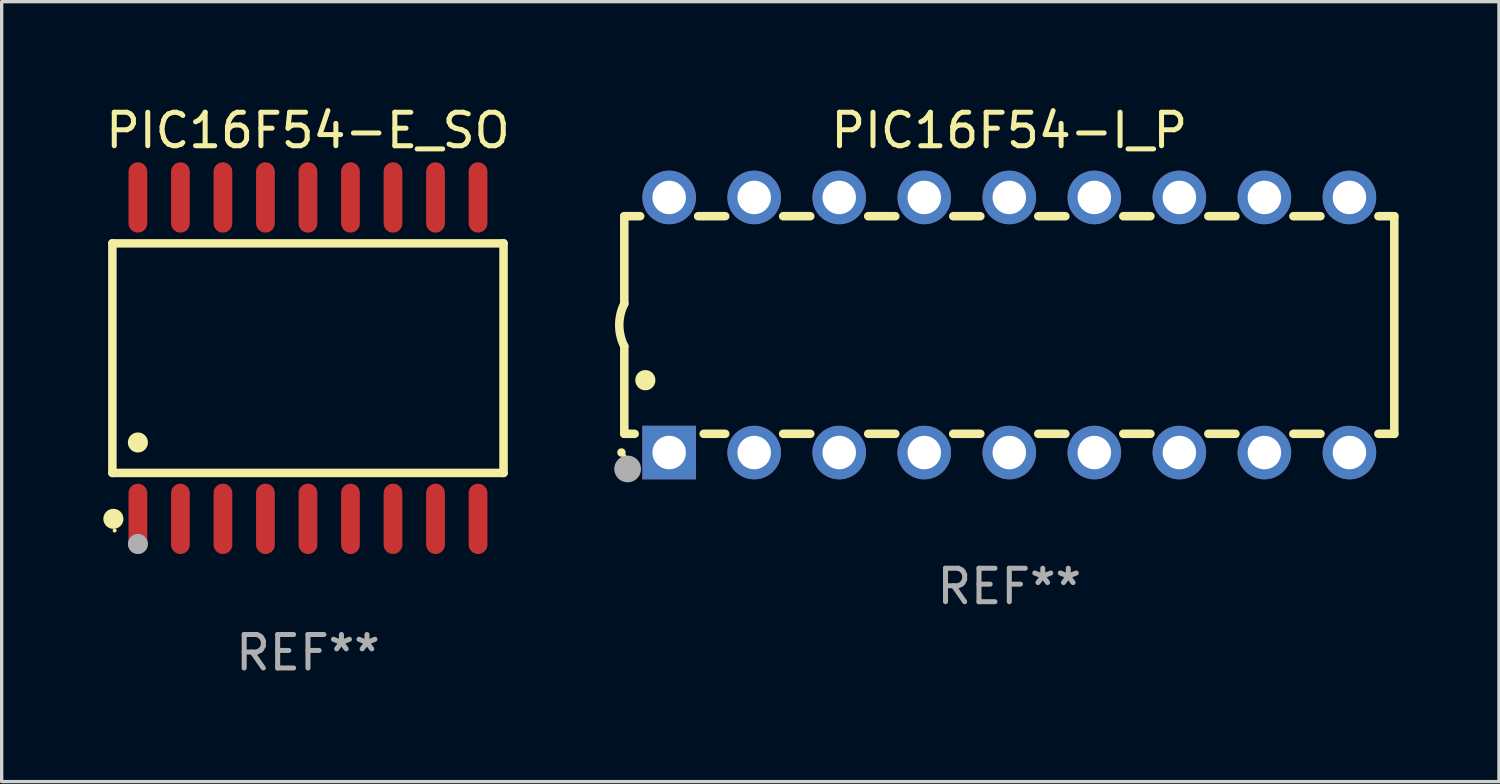
<source format=kicad_pcb>
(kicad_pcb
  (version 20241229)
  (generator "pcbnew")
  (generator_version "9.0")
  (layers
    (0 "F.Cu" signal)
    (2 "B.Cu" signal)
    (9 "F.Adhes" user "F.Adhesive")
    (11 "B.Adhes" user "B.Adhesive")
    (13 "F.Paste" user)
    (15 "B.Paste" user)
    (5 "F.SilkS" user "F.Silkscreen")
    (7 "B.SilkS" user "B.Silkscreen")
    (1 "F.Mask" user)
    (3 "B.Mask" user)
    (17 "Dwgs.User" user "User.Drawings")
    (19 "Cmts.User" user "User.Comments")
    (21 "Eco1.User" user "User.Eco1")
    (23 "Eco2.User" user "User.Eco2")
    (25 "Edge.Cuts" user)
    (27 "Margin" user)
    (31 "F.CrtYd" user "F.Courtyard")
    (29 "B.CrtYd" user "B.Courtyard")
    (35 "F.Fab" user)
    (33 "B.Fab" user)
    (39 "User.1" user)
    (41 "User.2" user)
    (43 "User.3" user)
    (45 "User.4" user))
  (footprint "PIC16F54-E_SO"
    (layer "F.Cu")
    (at 6.149 7.648)
    (property "Reference" "PIC16F54-E_SO" (at 0 -6.8 0) (layer "F.SilkS") (effects (font (size 1 1) (thickness 0.15))))
    (attr through_hole)
    (fp_line (start -5.842 -3.429) (end -5.842 3.429) (stroke (width 0.254) (type solid)) (layer "F.SilkS"))
    (fp_line (start -5.842 3.429) (end 5.842 3.429) (stroke (width 0.254) (type solid)) (layer "F.SilkS"))
    (fp_line (start 5.842 -3.429) (end -5.842 -3.429) (stroke (width 0.254) (type solid)) (layer "F.SilkS"))
    (fp_line (start 5.842 3.429) (end 5.842 -3.429) (stroke (width 0.254) (type solid)) (layer "F.SilkS"))
    (fp_circle (center -5.812 4.8) (end -5.662 4.8) (stroke (width 0.3) (type solid)) (fill no) (layer "F.SilkS"))
    (fp_circle (center -5.775 5.15) (end -5.745 5.15) (stroke (width 0.06) (type solid)) (fill no) (layer "F.SilkS"))
    (fp_circle (center -5.08 2.519) (end -4.93 2.519) (stroke (width 0.3) (type solid)) (fill no) (layer "F.SilkS"))
    (fp_circle (center -5.08 5.55) (end -4.93 5.55) (stroke (width 0.3) (type solid)) (fill no) (layer "F.Fab"))
    (fp_text user "REF**" (at 0 8.8 0) (layer "F.Fab") (effects (font (size 1 1) (thickness 0.15))))
    (pad "1" smd oval (at -5.08 4.8) (size 0.56 2.1) (layers "F.Cu" "F.Mask" "F.Paste"))
    (pad "2" smd oval (at -3.81 4.8) (size 0.56 2.1) (layers "F.Cu" "F.Mask" "F.Paste"))
    (pad "3" smd oval (at -2.54 4.8) (size 0.56 2.1) (layers "F.Cu" "F.Mask" "F.Paste"))
    (pad "4" smd oval (at -1.27 4.8) (size 0.56 2.1) (layers "F.Cu" "F.Mask" "F.Paste"))
    (pad "5" smd oval (at 0 4.8) (size 0.56 2.1) (layers "F.Cu" "F.Mask" "F.Paste"))
    (pad "6" smd oval (at 1.27 4.8) (size 0.56 2.1) (layers "F.Cu" "F.Mask" "F.Paste"))
    (pad "7" smd oval (at 2.54 4.8) (size 0.56 2.1) (layers "F.Cu" "F.Mask" "F.Paste"))
    (pad "8" smd oval (at 3.81 4.8) (size 0.56 2.1) (layers "F.Cu" "F.Mask" "F.Paste"))
    (pad "9" smd oval (at 5.08 4.8) (size 0.56 2.1) (layers "F.Cu" "F.Mask" "F.Paste"))
    (pad "10" smd oval (at 5.08 -4.8) (size 0.56 2.1) (layers "F.Cu" "F.Mask" "F.Paste"))
    (pad "11" smd oval (at 3.81 -4.8) (size 0.56 2.1) (layers "F.Cu" "F.Mask" "F.Paste"))
    (pad "12" smd oval (at 2.54 -4.8) (size 0.56 2.1) (layers "F.Cu" "F.Mask" "F.Paste"))
    (pad "13" smd oval (at 1.27 -4.8) (size 0.56 2.1) (layers "F.Cu" "F.Mask" "F.Paste"))
    (pad "14" smd oval (at 0 -4.8) (size 0.56 2.1) (layers "F.Cu" "F.Mask" "F.Paste"))
    (pad "15" smd oval (at -1.27 -4.8) (size 0.56 2.1) (layers "F.Cu" "F.Mask" "F.Paste"))
    (pad "16" smd oval (at -2.54 -4.8) (size 0.56 2.1) (layers "F.Cu" "F.Mask" "F.Paste"))
    (pad "17" smd oval (at -3.81 -4.8) (size 0.56 2.1) (layers "F.Cu" "F.Mask" "F.Paste"))
    (pad "18" smd oval (at -5.08 -4.8) (size 0.56 2.1) (layers "F.Cu" "F.Mask" "F.Paste")))
  (footprint "PIC16F54-I_P"
    (layer "F.Cu")
    (at 27.098 6.658)
    (property "Reference" "PIC16F54-I_P" (at 0 -5.81 0) (layer "F.SilkS") (effects (font (size 1 1) (thickness 0.15))))
    (attr through_hole)
    (fp_line (start -11.5 -3.25) (end -11.5 -0.635) (stroke (width 0.254) (type solid)) (layer "F.SilkS"))
    (fp_line (start -11.5 3.25) (end -11.5 0.635) (stroke (width 0.254) (type solid)) (layer "F.SilkS"))
    (fp_line (start -11.5 3.25) (end -11.191 3.25) (stroke (width 0.254) (type solid)) (layer "F.SilkS"))
    (fp_line (start -11.025 -3.25) (end -11.5 -3.25) (stroke (width 0.254) (type solid)) (layer "F.SilkS"))
    (fp_line (start -9.129 3.25) (end -8.485 3.25) (stroke (width 0.254) (type solid)) (layer "F.SilkS"))
    (fp_line (start -8.485 -3.25) (end -9.295 -3.25) (stroke (width 0.254) (type solid)) (layer "F.SilkS"))
    (fp_line (start -6.755 3.25) (end -5.945 3.25) (stroke (width 0.254) (type solid)) (layer "F.SilkS"))
    (fp_line (start -5.945 -3.25) (end -6.755 -3.25) (stroke (width 0.254) (type solid)) (layer "F.SilkS"))
    (fp_line (start -4.215 3.25) (end -3.405 3.25) (stroke (width 0.254) (type solid)) (layer "F.SilkS"))
    (fp_line (start -3.405 -3.25) (end -4.215 -3.25) (stroke (width 0.254) (type solid)) (layer "F.SilkS"))
    (fp_line (start -1.675 3.25) (end -0.865 3.25) (stroke (width 0.254) (type solid)) (layer "F.SilkS"))
    (fp_line (start -0.865 -3.25) (end -1.675 -3.25) (stroke (width 0.254) (type solid)) (layer "F.SilkS"))
    (fp_line (start 0.865 3.25) (end 1.675 3.25) (stroke (width 0.254) (type solid)) (layer "F.SilkS"))
    (fp_line (start 1.675 -3.25) (end 0.865 -3.25) (stroke (width 0.254) (type solid)) (layer "F.SilkS"))
    (fp_line (start 3.405 3.25) (end 4.215 3.25) (stroke (width 0.254) (type solid)) (layer "F.SilkS"))
    (fp_line (start 4.215 -3.25) (end 3.405 -3.25) (stroke (width 0.254) (type solid)) (layer "F.SilkS"))
    (fp_line (start 5.945 3.25) (end 6.755 3.25) (stroke (width 0.254) (type solid)) (layer "F.SilkS"))
    (fp_line (start 6.755 -3.25) (end 5.945 -3.25) (stroke (width 0.254) (type solid)) (layer "F.SilkS"))
    (fp_line (start 8.485 3.25) (end 9.295 3.25) (stroke (width 0.254) (type solid)) (layer "F.SilkS"))
    (fp_line (start 9.295 -3.25) (end 8.485 -3.25) (stroke (width 0.254) (type solid)) (layer "F.SilkS"))
    (fp_line (start 11.025 3.25) (end 11.5 3.25) (stroke (width 0.254) (type solid)) (layer "F.SilkS"))
    (fp_line (start 11.5 -3.25) (end 11.025 -3.25) (stroke (width 0.254) (type solid)) (layer "F.SilkS"))
    (fp_line (start 11.5 -3.25) (end 11.5 3.25) (stroke (width 0.254) (type solid)) (layer "F.SilkS"))
    (fp_arc (start -11.584963 3.810008) (mid -11.58497 3.808738) (end -11.584963 3.807468) (stroke (width 0.25) (type solid)) (layer "F.SilkS"))
    (fp_arc (start -11.501143 0.635001) (mid -11.650665 -0.000132) (end -11.500025 -0.635001) (stroke (width 0.254001) (type solid)) (layer "F.SilkS"))
    (fp_arc (start -10.871222 1.651003) (mid -10.871233 1.648463) (end -10.871222 1.645923) (stroke (width 0.6) (type solid)) (layer "F.SilkS"))
    (fp_circle (center -11.5 3.91) (end -11.47 3.91) (stroke (width 0.06) (type solid)) (fill no) (layer "F.SilkS"))
    (fp_circle (center -11.4 4.3) (end -11.2 4.3) (stroke (width 0.4) (type solid)) (fill no) (layer "F.Fab"))
    (fp_text user "REF**" (at 0 7.81 0) (layer "F.Fab") (effects (font (size 1 1) (thickness 0.15))))
    (pad "1" thru_hole rect (at -10.16 3.81 90) (size 1.6 1.6) (drill 1) (layers "*.Cu" "*.Mask"))
    (pad "2" thru_hole circle (at -7.62 3.81 90) (size 1.6 1.6) (drill 1) (layers "*.Cu" "*.Mask"))
    (pad "3" thru_hole circle (at -5.08 3.81 90) (size 1.6 1.6) (drill 1) (layers "*.Cu" "*.Mask"))
    (pad "4" thru_hole circle (at -2.54 3.81 90) (size 1.6 1.6) (drill 1) (layers "*.Cu" "*.Mask"))
    (pad "5" thru_hole circle (at 0 3.81 90) (size 1.6 1.6) (drill 1) (layers "*.Cu" "*.Mask"))
    (pad "6" thru_hole circle (at 2.54 3.81 90) (size 1.6 1.6) (drill 1) (layers "*.Cu" "*.Mask"))
    (pad "7" thru_hole circle (at 5.08 3.81 90) (size 1.6 1.6) (drill 1) (layers "*.Cu" "*.Mask"))
    (pad "8" thru_hole circle (at 7.62 3.81 90) (size 1.6 1.6) (drill 1) (layers "*.Cu" "*.Mask"))
    (pad "9" thru_hole circle (at 10.16 3.81 90) (size 1.6 1.6) (drill 1) (layers "*.Cu" "*.Mask"))
    (pad "10" thru_hole circle (at 10.16 -3.81 90) (size 1.6 1.6) (drill 1) (layers "*.Cu" "*.Mask"))
    (pad "11" thru_hole circle (at 7.62 -3.81 90) (size 1.6 1.6) (drill 1) (layers "*.Cu" "*.Mask"))
    (pad "12" thru_hole circle (at 5.08 -3.81 90) (size 1.6 1.6) (drill 1) (layers "*.Cu" "*.Mask"))
    (pad "13" thru_hole circle (at 2.54 -3.81 90) (size 1.6 1.6) (drill 1) (layers "*.Cu" "*.Mask"))
    (pad "14" thru_hole circle (at 0 -3.81 90) (size 1.6 1.6) (drill 1) (layers "*.Cu" "*.Mask"))
    (pad "15" thru_hole circle (at -2.54 -3.81 90) (size 1.6 1.6) (drill 1) (layers "*.Cu" "*.Mask"))
    (pad "16" thru_hole circle (at -5.08 -3.81 90) (size 1.6 1.6) (drill 1) (layers "*.Cu" "*.Mask"))
    (pad "17" thru_hole circle (at -7.62 -3.81 90) (size 1.6 1.6) (drill 1) (layers "*.Cu" "*.Mask"))
    (pad "18" thru_hole circle (at -10.16 -3.81 90) (size 1.6 1.6) (drill 1) (layers "*.Cu" "*.Mask")))
  (gr_rect
    (start -3 -3)
    (end 41.725 20.297)
    (stroke (width 0.1) (type default))
    (fill no)
    (layer "Edge.Cuts")))
</source>
